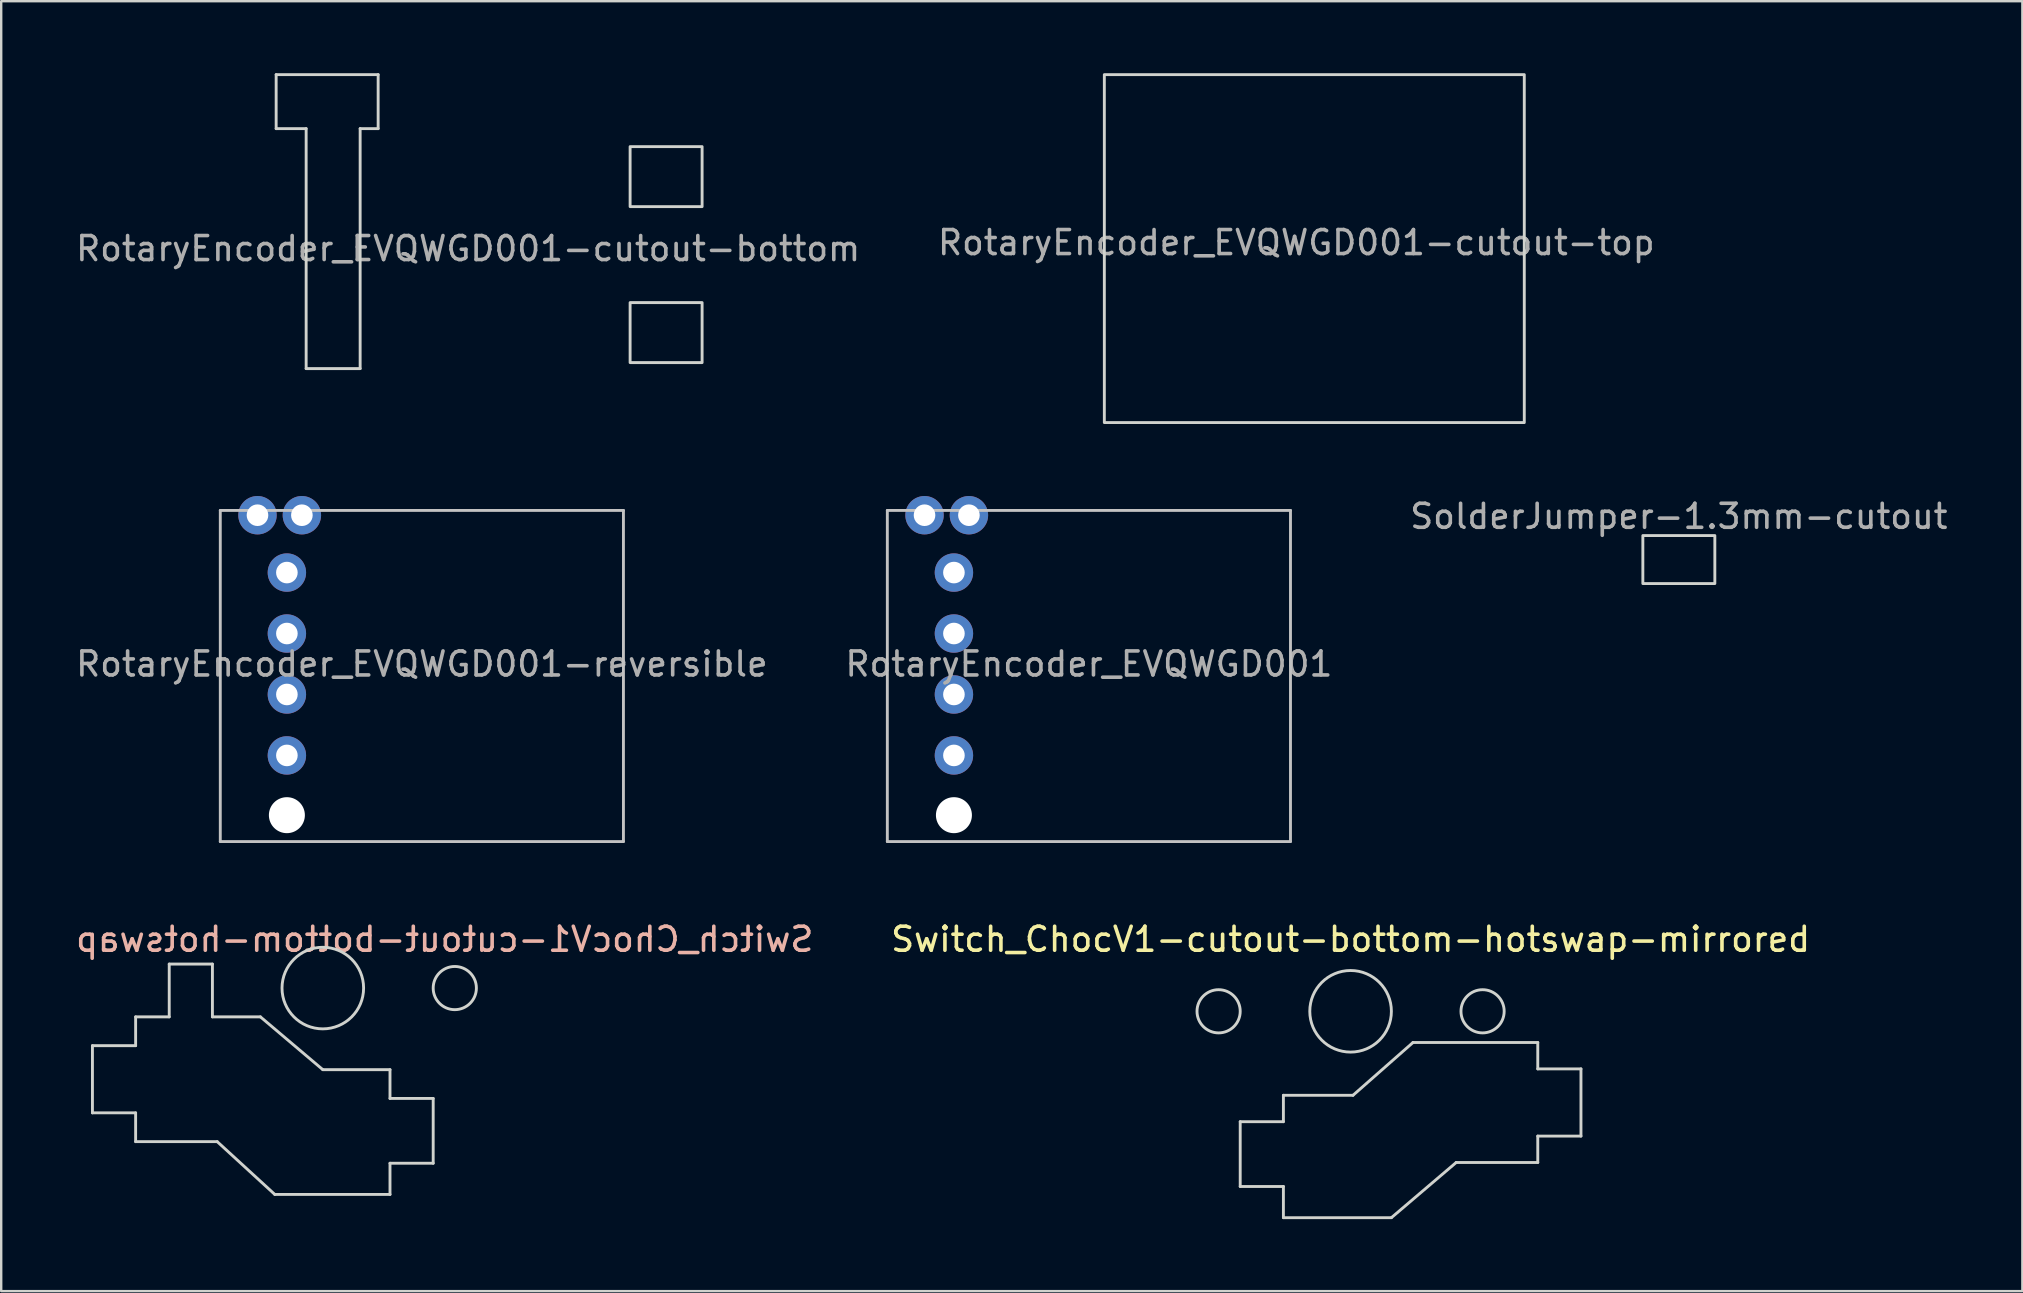
<source format=kicad_pcb>
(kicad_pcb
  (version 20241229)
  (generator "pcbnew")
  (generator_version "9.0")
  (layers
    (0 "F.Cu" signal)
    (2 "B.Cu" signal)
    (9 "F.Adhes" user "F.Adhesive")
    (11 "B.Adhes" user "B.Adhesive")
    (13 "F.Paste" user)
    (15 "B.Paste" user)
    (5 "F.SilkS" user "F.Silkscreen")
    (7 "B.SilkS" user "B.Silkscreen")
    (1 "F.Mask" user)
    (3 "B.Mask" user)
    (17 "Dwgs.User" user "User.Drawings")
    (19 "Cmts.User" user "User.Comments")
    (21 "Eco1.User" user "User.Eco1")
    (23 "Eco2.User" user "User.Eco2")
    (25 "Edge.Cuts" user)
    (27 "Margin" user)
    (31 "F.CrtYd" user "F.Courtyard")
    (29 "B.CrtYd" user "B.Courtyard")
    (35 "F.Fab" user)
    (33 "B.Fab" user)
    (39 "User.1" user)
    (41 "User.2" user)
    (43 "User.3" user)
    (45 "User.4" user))
  (footprint "RotaryEncoder_EVQWGD001-cutout-bottom"
    (layer "F.Cu")
    (at 16.458 7.31)
    (property "Reference" "RotaryEncoder_EVQWGD001-cutout-bottom" (at 0 0 0) (layer "F.Fab") (effects (font (size 1 1) (thickness 0.15))))
    (attr through_hole)
    (fp_line (start -8 -7.25) (end -8 -5) (stroke (width 0.12) (type solid)) (layer "Edge.Cuts"))
    (fp_line (start -8 -5) (end -6.75 -5) (stroke (width 0.12) (type solid)) (layer "Edge.Cuts"))
    (fp_line (start -6.75 -5) (end -6.75 5) (stroke (width 0.12) (type solid)) (layer "Edge.Cuts"))
    (fp_line (start -6.75 5) (end -4.5 5) (stroke (width 0.12) (type solid)) (layer "Edge.Cuts"))
    (fp_line (start -4.5 -5) (end -3.75 -5) (stroke (width 0.12) (type solid)) (layer "Edge.Cuts"))
    (fp_line (start -4.5 5) (end -4.5 -5) (stroke (width 0.12) (type solid)) (layer "Edge.Cuts"))
    (fp_line (start -3.75 -7.25) (end -8 -7.25) (stroke (width 0.12) (type solid)) (layer "Edge.Cuts"))
    (fp_line (start -3.75 -5) (end -3.75 -7.25) (stroke (width 0.12) (type solid)) (layer "Edge.Cuts"))
    (fp_rect (start 6.75 -4.25) (end 9.75 -1.75) (stroke (width 0.12) (type solid)) (fill no) (layer "Edge.Cuts"))
    (fp_rect (start 6.75 2.25) (end 9.75 4.75) (stroke (width 0.12) (type solid)) (fill no) (layer "Edge.Cuts")))
  (footprint "SolderJumper-1.3mm-cutout"
    (layer "F.Cu")
    (at 66.911 20.268)
    (property "Reference" "SolderJumper-1.3mm-cutout" (at 0 -1.8 0) (layer "F.Fab") (effects (font (size 1 1) (thickness 0.15))))
    (attr exclude_from_pos_files exclude_from_bom)
    (fp_rect (start -1.5 -1) (end 1.5 1) (stroke (width 0.12) (type solid)) (fill no) (layer "Edge.Cuts")))
  (footprint "Switch_ChocV1-cutout-bottom-hotswap-mirrored"
    (layer "F.Cu")
    (at 53.232 39.093)
    (property "Reference" "Switch_ChocV1-cutout-bottom-hotswap-mirrored" (at 0 -3 0) (layer "F.SilkS") (effects (font (size 1 1) (thickness 0.15))))
    (fp_line (start -4.6 4.6) (end -2.8 4.6) (stroke (width 0.12) (type solid)) (layer "Edge.Cuts"))
    (fp_line (start -4.6 7.3) (end -4.6 4.6) (stroke (width 0.12) (type solid)) (layer "Edge.Cuts"))
    (fp_line (start -2.8 3.5) (end 0.1 3.5) (stroke (width 0.12) (type solid)) (layer "Edge.Cuts"))
    (fp_line (start -2.8 4.6) (end -2.8 3.5) (stroke (width 0.12) (type solid)) (layer "Edge.Cuts"))
    (fp_line (start -2.8 7.3) (end -4.6 7.3) (stroke (width 0.12) (type solid)) (layer "Edge.Cuts"))
    (fp_line (start -2.8 8.6) (end -2.8 7.3) (stroke (width 0.12) (type solid)) (layer "Edge.Cuts"))
    (fp_line (start 1.7 8.6) (end -2.8 8.6) (stroke (width 0.12) (type solid)) (layer "Edge.Cuts"))
    (fp_line (start 1.7 8.6) (end 4.4 6.3) (stroke (width 0.12) (type solid)) (layer "Edge.Cuts"))
    (fp_line (start 2.6 1.3) (end 0.1 3.5) (stroke (width 0.12) (type solid)) (layer "Edge.Cuts"))
    (fp_line (start 2.6 1.3) (end 7.8 1.3) (stroke (width 0.12) (type solid)) (layer "Edge.Cuts"))
    (fp_line (start 7.8 1.3) (end 7.8 2.4) (stroke (width 0.12) (type solid)) (layer "Edge.Cuts"))
    (fp_line (start 7.8 2.4) (end 9.6 2.4) (stroke (width 0.12) (type solid)) (layer "Edge.Cuts"))
    (fp_line (start 7.8 5.2) (end 7.8 6.3) (stroke (width 0.12) (type solid)) (layer "Edge.Cuts"))
    (fp_line (start 7.8 6.3) (end 4.4 6.3) (stroke (width 0.12) (type solid)) (layer "Edge.Cuts"))
    (fp_line (start 9.6 2.4) (end 9.6 5.2) (stroke (width 0.12) (type solid)) (layer "Edge.Cuts"))
    (fp_line (start 9.6 5.2) (end 7.8 5.2) (stroke (width 0.12) (type solid)) (layer "Edge.Cuts"))
    (fp_circle (center -5.5 0) (end -5.5 -0.9) (stroke (width 0.12) (type solid)) (fill no) (layer "Edge.Cuts"))
    (fp_circle (center 0 0) (end -1.7 0) (stroke (width 0.12) (type solid)) (fill no) (layer "Edge.Cuts"))
    (fp_circle (center 5.5 0) (end 5.5 -0.9) (stroke (width 0.12) (type solid)) (fill no) (layer "Edge.Cuts")))
  (footprint "Switch_ChocV1-cutout-bottom-hotswap"
    (layer "F.Cu")
    (at 10.402 38.125)
    (property "Reference" "Switch_ChocV1-cutout-bottom-hotswap" (at 5.08 -2.032 0) (layer "B.SilkS") (effects (font (size 1 1) (thickness 0.15)) (justify mirror)))
    (fp_line (start -9.6 2.4) (end -9.6 5.2) (stroke (width 0.12) (type solid)) (layer "Edge.Cuts"))
    (fp_line (start -9.6 5.2) (end -7.8 5.2) (stroke (width 0.12) (type solid)) (layer "Edge.Cuts"))
    (fp_line (start -7.8 1.2) (end -7.8 2.4) (stroke (width 0.12) (type solid)) (layer "Edge.Cuts"))
    (fp_line (start -7.8 1.2) (end -6.4 1.2) (stroke (width 0.12) (type solid)) (layer "Edge.Cuts"))
    (fp_line (start -7.8 2.4) (end -9.6 2.4) (stroke (width 0.12) (type solid)) (layer "Edge.Cuts"))
    (fp_line (start -7.8 5.2) (end -7.8 6.4) (stroke (width 0.12) (type solid)) (layer "Edge.Cuts"))
    (fp_line (start -7.8 6.4) (end -4.4 6.4) (stroke (width 0.12) (type solid)) (layer "Edge.Cuts"))
    (fp_line (start -6.4 -1) (end -6.4 1.2) (stroke (width 0.12) (type solid)) (layer "Edge.Cuts"))
    (fp_line (start -6.4 -1) (end -4.6 -1) (stroke (width 0.12) (type default)) (layer "Edge.Cuts"))
    (fp_line (start -4.6 -1) (end -4.6 1.2) (stroke (width 0.12) (type solid)) (layer "Edge.Cuts"))
    (fp_line (start -2.6 1.2) (end -4.6 1.2) (stroke (width 0.12) (type solid)) (layer "Edge.Cuts"))
    (fp_line (start -2.6 1.2) (end 0 3.4) (stroke (width 0.12) (type solid)) (layer "Edge.Cuts"))
    (fp_line (start -2 8.6) (end -4.4 6.4) (stroke (width 0.12) (type solid)) (layer "Edge.Cuts"))
    (fp_line (start -2 8.6) (end 2.8 8.6) (stroke (width 0.12) (type solid)) (layer "Edge.Cuts"))
    (fp_line (start 2.8 3.4) (end 0 3.4) (stroke (width 0.12) (type solid)) (layer "Edge.Cuts"))
    (fp_line (start 2.8 4.6) (end 2.8 3.4) (stroke (width 0.12) (type solid)) (layer "Edge.Cuts"))
    (fp_line (start 2.8 7.3) (end 4.6 7.3) (stroke (width 0.12) (type solid)) (layer "Edge.Cuts"))
    (fp_line (start 2.8 8.6) (end 2.8 7.3) (stroke (width 0.12) (type solid)) (layer "Edge.Cuts"))
    (fp_line (start 4.6 4.6) (end 2.8 4.6) (stroke (width 0.12) (type solid)) (layer "Edge.Cuts"))
    (fp_line (start 4.6 7.3) (end 4.6 4.6) (stroke (width 0.12) (type solid)) (layer "Edge.Cuts"))
    (fp_circle (center 0 0) (end 1.7 0) (stroke (width 0.12) (type solid)) (fill no) (layer "Edge.Cuts"))
    (fp_circle (center 5.5 0) (end 5.5 -0.9) (stroke (width 0.12) (type solid)) (fill no) (layer "Edge.Cuts")))
  (footprint "RotaryEncoder_EVQWGD001"
    (layer "F.Cu")
    (at 42.327 24.62)
    (property "Reference" "RotaryEncoder_EVQWGD001" (at 0 0 0) (layer "F.Fab") (effects (font (size 1 1) (thickness 0.15))))
    (attr through_hole)
    (fp_line (start -8.4 -6.4) (end 8.4 -6.4) (stroke (width 0.12) (type solid)) (layer "Dwgs.User"))
    (fp_line (start -8.4 7.4) (end -8.4 -6.4) (stroke (width 0.12) (type solid)) (layer "Dwgs.User"))
    (fp_line (start 8.4 -6.4) (end 8.4 7.4) (stroke (width 0.12) (type solid)) (layer "Dwgs.User"))
    (fp_line (start 8.4 7.4) (end -8.4 7.4) (stroke (width 0.12) (type solid)) (layer "Dwgs.User"))
    (fp_line (start 7.4 -6.3) (end 7.4 7.3) (stroke (width 0.05) (type solid)) (layer "Eco1.User"))
    (fp_line (start 7.7 7.6) (end 9.5 7.6) (stroke (width 0.05) (type solid)) (layer "Eco1.User"))
    (fp_line (start 9.5 -6.6) (end 7.7 -6.6) (stroke (width 0.05) (type solid)) (layer "Eco1.User"))
    (fp_line (start 9.8 7.3) (end 9.8 -6.3) (stroke (width 0.05) (type solid)) (layer "Eco1.User"))
    (fp_arc (start 7.4 -6.3) (mid 7.487868 -6.512132) (end 7.7 -6.6) (stroke (width 0.05) (type solid)) (layer "Eco1.User"))
    (fp_arc (start 7.7 7.6) (mid 7.487868 7.512132) (end 7.4 7.3) (stroke (width 0.05) (type solid)) (layer "Eco1.User"))
    (fp_arc (start 9.5 -6.6) (mid 9.712132 -6.512132) (end 9.8 -6.3) (stroke (width 0.05) (type solid)) (layer "Eco1.User"))
    (fp_arc (start 9.8 7.3) (mid 9.712132 7.512132) (end 9.5 7.6) (stroke (width 0.05) (type solid)) (layer "Eco1.User"))
    (pad "" np_thru_hole circle (at -5.625 6.3) (size 1.5 1.5) (drill 1.5) (layers "*.Cu" "*.Mask"))
    (pad "A" thru_hole circle (at -5.625 -3.81) (size 1.6 1.6) (drill 0.9) (layers "*.Cu" "*.Mask"))
    (pad "B" thru_hole circle (at -5.625 -1.27) (size 1.6 1.6) (drill 0.9) (layers "*.Cu" "*.Mask"))
    (pad "C" thru_hole circle (at -5.625 1.27) (size 1.6 1.6) (drill 0.9) (layers "*.Cu" "*.Mask"))
    (pad "D" thru_hole circle (at -5.625 3.81) (size 1.6 1.6) (drill 0.9) (layers "*.Cu" "*.Mask"))
    (pad "S1" thru_hole circle (at -6.85 -6.2) (size 1.6 1.6) (drill 0.9) (layers "*.Cu" "*.Mask"))
    (pad "S2" thru_hole circle (at -5 -6.2) (size 1.6 1.6) (drill 0.9) (layers "*.Cu" "*.Mask")))
  (footprint "RotaryEncoder_EVQWGD001-cutout-top"
    (layer "F.Cu")
    (at 50.97 7.06)
    (property "Reference" "RotaryEncoder_EVQWGD001-cutout-top" (at 0 0 0) (layer "F.Fab") (effects (font (size 1 1) (thickness 0.15))))
    (attr through_hole)
    (fp_rect (start -8 -7) (end 9.5 7.5) (stroke (width 0.12) (type solid)) (fill no) (layer "Edge.Cuts")))
  (footprint "RotaryEncoder_EVQWGD001-reversible"
    (layer "F.Cu")
    (at 14.53 24.62)
    (property "Reference" "RotaryEncoder_EVQWGD001-reversible" (at 0 0 0) (layer "F.Fab") (effects (font (size 1 1) (thickness 0.15))))
    (attr through_hole)
    (fp_line (start -8.4 -6.4) (end 8.4 -6.4) (stroke (width 0.12) (type solid)) (layer "Dwgs.User"))
    (fp_line (start -8.4 7.4) (end -8.4 -6.4) (stroke (width 0.12) (type solid)) (layer "Dwgs.User"))
    (fp_line (start 8.4 -6.4) (end 8.4 7.4) (stroke (width 0.12) (type solid)) (layer "Dwgs.User"))
    (fp_line (start 8.4 7.4) (end -8.4 7.4) (stroke (width 0.12) (type solid)) (layer "Dwgs.User"))
    (fp_line (start 7.4 -6.3) (end 7.4 7.3) (stroke (width 0.05) (type solid)) (layer "Eco1.User"))
    (fp_line (start 7.7 7.6) (end 9.5 7.6) (stroke (width 0.05) (type solid)) (layer "Eco1.User"))
    (fp_line (start 9.5 -6.6) (end 7.7 -6.6) (stroke (width 0.05) (type solid)) (layer "Eco1.User"))
    (fp_line (start 9.8 7.3) (end 9.8 -6.3) (stroke (width 0.05) (type solid)) (layer "Eco1.User"))
    (fp_arc (start 7.4 -6.3) (mid 7.487868 -6.512132) (end 7.7 -6.6) (stroke (width 0.05) (type solid)) (layer "Eco1.User"))
    (fp_arc (start 7.7 7.6) (mid 7.487868 7.512132) (end 7.4 7.3) (stroke (width 0.05) (type solid)) (layer "Eco1.User"))
    (fp_arc (start 9.5 -6.6) (mid 9.712132 -6.512132) (end 9.8 -6.3) (stroke (width 0.05) (type solid)) (layer "Eco1.User"))
    (fp_arc (start 9.8 7.3) (mid 9.712132 7.512132) (end 9.5 7.6) (stroke (width 0.05) (type solid)) (layer "Eco1.User"))
    (pad "" np_thru_hole circle (at -5.625 6.3) (size 1.5 1.5) (drill 1.5) (layers "*.Cu" "*.Mask"))
    (pad "A" thru_hole circle (at -5.625 -3.81) (size 1.6 1.6) (drill 0.9) (layers "*.Cu" "*.Mask"))
    (pad "B" thru_hole circle (at -5.625 -1.27) (size 1.6 1.6) (drill 0.9) (layers "*.Cu" "*.Mask"))
    (pad "C" thru_hole circle (at -5.625 1.27) (size 1.6 1.6) (drill 0.9) (layers "*.Cu" "*.Mask"))
    (pad "D" thru_hole circle (at -5.625 3.81) (size 1.6 1.6) (drill 0.9) (layers "*.Cu" "*.Mask"))
    (pad "S1" thru_hole circle (at -6.85 -6.2) (size 1.6 1.6) (drill 0.9) (layers "*.Cu" "*.Mask"))
    (pad "S2" thru_hole circle (at -5 -6.2) (size 1.6 1.6) (drill 0.9) (layers "*.Cu" "*.Mask")))
  (gr_rect
    (start -3 -3)
    (end 81.226 50.753)
    (stroke (width 0.1) (type default))
    (fill no)
    (layer "Edge.Cuts")))
</source>
